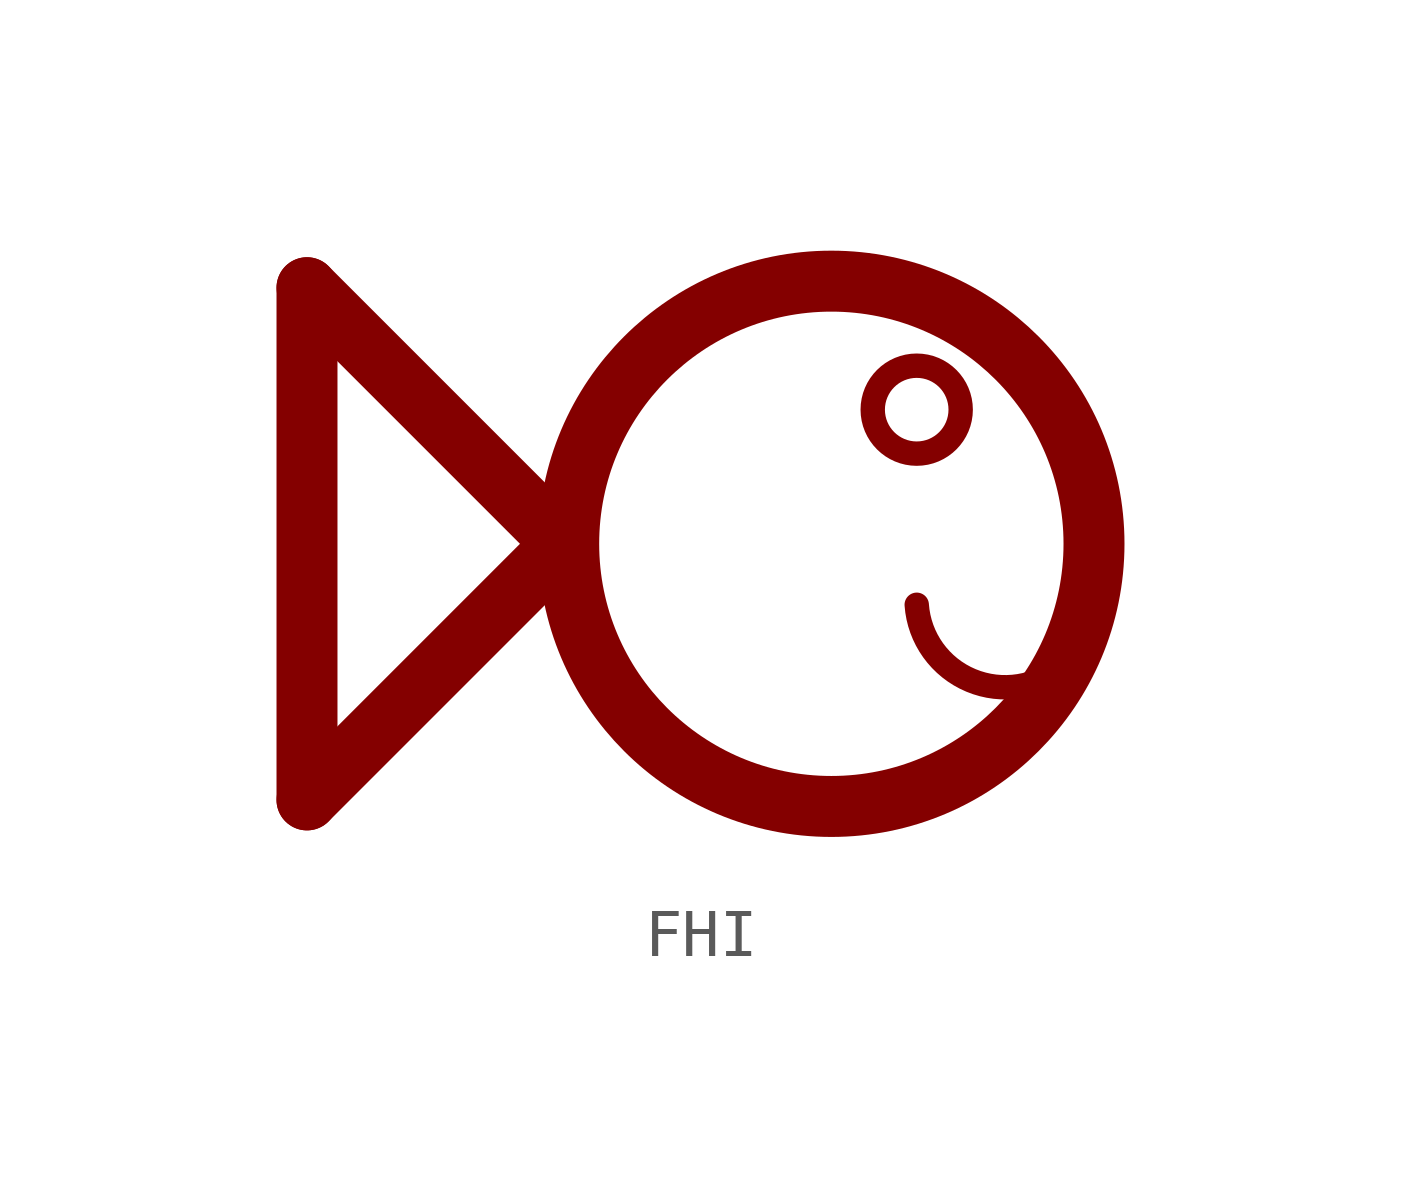
<source format=kicad_sym>
(kicad_symbol_lib
  (version 20241209)
  (generator "kicad_symbol_editor")
  (generator_version "9.0")
  (symbol "FHI"
    (property "Reference" "LOGO"
      (at -0.254 -11.938 0)
      (effects (font (size 1.27 1.27)) (hide yes)))
    (symbol "FHI_1_0"
      (polyline (pts (xy -5.334 -5.334) (xy -5.334 5.334)) (stroke (width 1.27) (type solid)) (fill (type none)))
      (polyline (pts (xy -0.508 -0.508) (xy 0 0)) (stroke (width 0.025) (type solid)) (fill (type none)))
      (polyline (pts (xy 0 0) (xy -5.334 5.334)) (stroke (width 1.27) (type solid)) (fill (type none)))
      (polyline (pts (xy 0 0) (xy -5.334 -5.334)) (stroke (width 1.27) (type solid)) (fill (type none)))
      (polyline (pts (xy 0 0) (xy -0.508 0.508)) (stroke (width 0.025) (type solid)) (fill (type none)))
      (circle (center 5.588 0) (radius 5.471) (stroke (width 1.27) (type solid)) (fill (type none)))
      (circle (center 7.366 2.794) (radius 0.916) (stroke (width 0.508) (type solid)) (fill (type none)))
      (arc (start 10.414 -2.54) (mid 8.4972 -2.8473) (end 7.3658 -1.2701) (stroke (width 0.508) (type solid)) (fill (type none))))))
</source>
